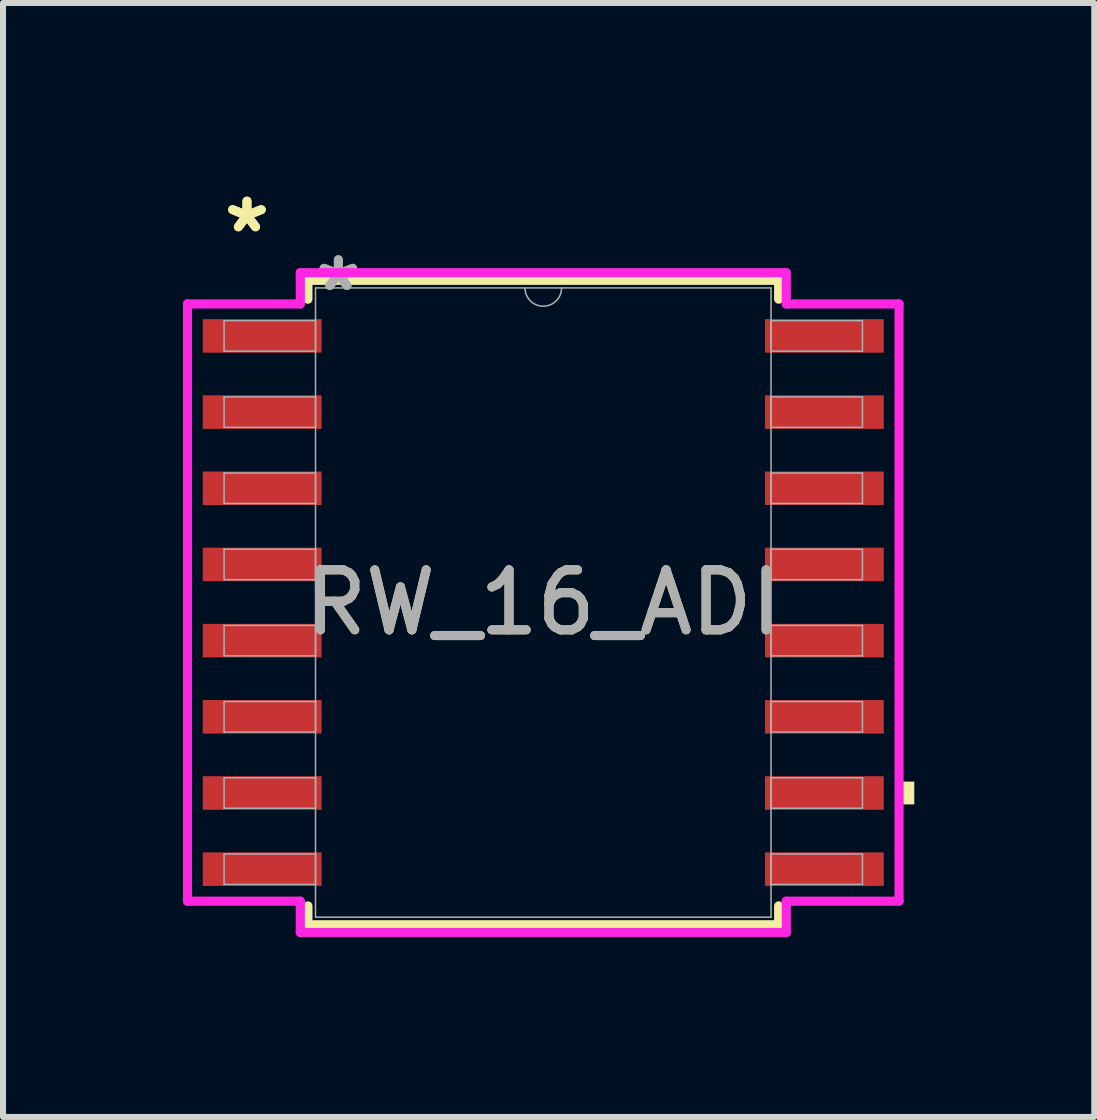
<source format=kicad_pcb>
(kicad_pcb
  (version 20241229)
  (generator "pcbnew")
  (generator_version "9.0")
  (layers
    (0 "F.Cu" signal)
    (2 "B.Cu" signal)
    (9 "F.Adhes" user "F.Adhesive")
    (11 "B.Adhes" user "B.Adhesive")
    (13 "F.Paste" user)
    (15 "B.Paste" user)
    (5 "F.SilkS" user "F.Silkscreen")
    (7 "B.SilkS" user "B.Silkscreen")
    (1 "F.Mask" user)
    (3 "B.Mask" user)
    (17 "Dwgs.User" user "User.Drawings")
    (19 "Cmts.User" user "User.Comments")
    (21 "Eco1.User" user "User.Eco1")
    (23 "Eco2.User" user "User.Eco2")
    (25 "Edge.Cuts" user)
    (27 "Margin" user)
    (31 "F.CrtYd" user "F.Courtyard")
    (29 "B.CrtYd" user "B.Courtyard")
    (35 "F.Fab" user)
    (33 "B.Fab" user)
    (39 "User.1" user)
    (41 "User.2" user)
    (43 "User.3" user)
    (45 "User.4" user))
  (footprint "RW_16_ADI"
    (layer "F.Cu")
    (at 6.007 6.995)
    (property "Reference" "RW_16_ADI" (at 0 0 0) (unlocked yes) (layer "F.SilkS") (effects (font (size 1 1) (thickness 0.15))))
    (attr smd)
    (fp_line (start -3.924 -5.372) (end -3.924 -5.057) (stroke (width 0.152) (type solid)) (layer "F.SilkS"))
    (fp_line (start -3.924 5.057) (end -3.924 5.372) (stroke (width 0.152) (type solid)) (layer "F.SilkS"))
    (fp_line (start -3.924 5.372) (end 3.924 5.372) (stroke (width 0.152) (type solid)) (layer "F.SilkS"))
    (fp_line (start 3.924 -5.372) (end -3.924 -5.372) (stroke (width 0.152) (type solid)) (layer "F.SilkS"))
    (fp_line (start 3.924 -5.057) (end 3.924 -5.372) (stroke (width 0.152) (type solid)) (layer "F.SilkS"))
    (fp_line (start 3.924 5.372) (end 3.924 5.057) (stroke (width 0.152) (type solid)) (layer "F.SilkS"))
    (fp_poly (pts (xy 6.185 2.985) (xy 6.185 3.365) (xy 5.931 3.365) (xy 5.931 2.985)) (stroke (width 0) (type solid)) (fill yes) (layer "F.SilkS"))
    (fp_line (start -5.931 -4.978) (end -4.051 -4.978) (stroke (width 0.152) (type solid)) (layer "F.CrtYd"))
    (fp_line (start -5.931 4.978) (end -5.931 -4.978) (stroke (width 0.152) (type solid)) (layer "F.CrtYd"))
    (fp_line (start -5.931 4.978) (end -4.051 4.978) (stroke (width 0.152) (type solid)) (layer "F.CrtYd"))
    (fp_line (start -4.051 -5.499) (end 4.051 -5.499) (stroke (width 0.152) (type solid)) (layer "F.CrtYd"))
    (fp_line (start -4.051 -4.978) (end -4.051 -5.499) (stroke (width 0.152) (type solid)) (layer "F.CrtYd"))
    (fp_line (start -4.051 5.499) (end -4.051 4.978) (stroke (width 0.152) (type solid)) (layer "F.CrtYd"))
    (fp_line (start 4.051 -5.499) (end 4.051 -4.978) (stroke (width 0.152) (type solid)) (layer "F.CrtYd"))
    (fp_line (start 4.051 4.978) (end 4.051 5.499) (stroke (width 0.152) (type solid)) (layer "F.CrtYd"))
    (fp_line (start 4.051 5.499) (end -4.051 5.499) (stroke (width 0.152) (type solid)) (layer "F.CrtYd"))
    (fp_line (start 5.931 -4.978) (end 4.051 -4.978) (stroke (width 0.152) (type solid)) (layer "F.CrtYd"))
    (fp_line (start 5.931 -4.978) (end 5.931 4.978) (stroke (width 0.152) (type solid)) (layer "F.CrtYd"))
    (fp_line (start 5.931 4.978) (end 4.051 4.978) (stroke (width 0.152) (type solid)) (layer "F.CrtYd"))
    (fp_line (start -5.321 -4.699) (end -5.321 -4.191) (stroke (width 0.025) (type solid)) (layer "F.Fab"))
    (fp_line (start -5.321 -4.191) (end -3.797 -4.191) (stroke (width 0.025) (type solid)) (layer "F.Fab"))
    (fp_line (start -5.321 -3.429) (end -5.321 -2.921) (stroke (width 0.025) (type solid)) (layer "F.Fab"))
    (fp_line (start -5.321 -2.921) (end -3.797 -2.921) (stroke (width 0.025) (type solid)) (layer "F.Fab"))
    (fp_line (start -5.321 -2.159) (end -5.321 -1.651) (stroke (width 0.025) (type solid)) (layer "F.Fab"))
    (fp_line (start -5.321 -1.651) (end -3.797 -1.651) (stroke (width 0.025) (type solid)) (layer "F.Fab"))
    (fp_line (start -5.321 -0.889) (end -5.321 -0.381) (stroke (width 0.025) (type solid)) (layer "F.Fab"))
    (fp_line (start -5.321 -0.381) (end -3.797 -0.381) (stroke (width 0.025) (type solid)) (layer "F.Fab"))
    (fp_line (start -5.321 0.381) (end -5.321 0.889) (stroke (width 0.025) (type solid)) (layer "F.Fab"))
    (fp_line (start -5.321 0.889) (end -3.797 0.889) (stroke (width 0.025) (type solid)) (layer "F.Fab"))
    (fp_line (start -5.321 1.651) (end -5.321 2.159) (stroke (width 0.025) (type solid)) (layer "F.Fab"))
    (fp_line (start -5.321 2.159) (end -3.797 2.159) (stroke (width 0.025) (type solid)) (layer "F.Fab"))
    (fp_line (start -5.321 2.921) (end -5.321 3.429) (stroke (width 0.025) (type solid)) (layer "F.Fab"))
    (fp_line (start -5.321 3.429) (end -3.797 3.429) (stroke (width 0.025) (type solid)) (layer "F.Fab"))
    (fp_line (start -5.321 4.191) (end -5.321 4.699) (stroke (width 0.025) (type solid)) (layer "F.Fab"))
    (fp_line (start -5.321 4.699) (end -3.797 4.699) (stroke (width 0.025) (type solid)) (layer "F.Fab"))
    (fp_line (start -3.797 -5.245) (end -3.797 5.245) (stroke (width 0.025) (type solid)) (layer "F.Fab"))
    (fp_line (start -3.797 -4.699) (end -5.321 -4.699) (stroke (width 0.025) (type solid)) (layer "F.Fab"))
    (fp_line (start -3.797 -4.191) (end -3.797 -4.699) (stroke (width 0.025) (type solid)) (layer "F.Fab"))
    (fp_line (start -3.797 -3.429) (end -5.321 -3.429) (stroke (width 0.025) (type solid)) (layer "F.Fab"))
    (fp_line (start -3.797 -2.921) (end -3.797 -3.429) (stroke (width 0.025) (type solid)) (layer "F.Fab"))
    (fp_line (start -3.797 -2.159) (end -5.321 -2.159) (stroke (width 0.025) (type solid)) (layer "F.Fab"))
    (fp_line (start -3.797 -1.651) (end -3.797 -2.159) (stroke (width 0.025) (type solid)) (layer "F.Fab"))
    (fp_line (start -3.797 -0.889) (end -5.321 -0.889) (stroke (width 0.025) (type solid)) (layer "F.Fab"))
    (fp_line (start -3.797 -0.381) (end -3.797 -0.889) (stroke (width 0.025) (type solid)) (layer "F.Fab"))
    (fp_line (start -3.797 0.381) (end -5.321 0.381) (stroke (width 0.025) (type solid)) (layer "F.Fab"))
    (fp_line (start -3.797 0.889) (end -3.797 0.381) (stroke (width 0.025) (type solid)) (layer "F.Fab"))
    (fp_line (start -3.797 1.651) (end -5.321 1.651) (stroke (width 0.025) (type solid)) (layer "F.Fab"))
    (fp_line (start -3.797 2.159) (end -3.797 1.651) (stroke (width 0.025) (type solid)) (layer "F.Fab"))
    (fp_line (start -3.797 2.921) (end -5.321 2.921) (stroke (width 0.025) (type solid)) (layer "F.Fab"))
    (fp_line (start -3.797 3.429) (end -3.797 2.921) (stroke (width 0.025) (type solid)) (layer "F.Fab"))
    (fp_line (start -3.797 4.191) (end -5.321 4.191) (stroke (width 0.025) (type solid)) (layer "F.Fab"))
    (fp_line (start -3.797 4.699) (end -3.797 4.191) (stroke (width 0.025) (type solid)) (layer "F.Fab"))
    (fp_line (start -3.797 5.245) (end 3.797 5.245) (stroke (width 0.025) (type solid)) (layer "F.Fab"))
    (fp_line (start 3.797 -5.245) (end -3.797 -5.245) (stroke (width 0.025) (type solid)) (layer "F.Fab"))
    (fp_line (start 3.797 -4.699) (end 3.797 -4.191) (stroke (width 0.025) (type solid)) (layer "F.Fab"))
    (fp_line (start 3.797 -4.191) (end 5.321 -4.191) (stroke (width 0.025) (type solid)) (layer "F.Fab"))
    (fp_line (start 3.797 -3.429) (end 3.797 -2.921) (stroke (width 0.025) (type solid)) (layer "F.Fab"))
    (fp_line (start 3.797 -2.921) (end 5.321 -2.921) (stroke (width 0.025) (type solid)) (layer "F.Fab"))
    (fp_line (start 3.797 -2.159) (end 3.797 -1.651) (stroke (width 0.025) (type solid)) (layer "F.Fab"))
    (fp_line (start 3.797 -1.651) (end 5.321 -1.651) (stroke (width 0.025) (type solid)) (layer "F.Fab"))
    (fp_line (start 3.797 -0.889) (end 3.797 -0.381) (stroke (width 0.025) (type solid)) (layer "F.Fab"))
    (fp_line (start 3.797 -0.381) (end 5.321 -0.381) (stroke (width 0.025) (type solid)) (layer "F.Fab"))
    (fp_line (start 3.797 0.381) (end 3.797 0.889) (stroke (width 0.025) (type solid)) (layer "F.Fab"))
    (fp_line (start 3.797 0.889) (end 5.321 0.889) (stroke (width 0.025) (type solid)) (layer "F.Fab"))
    (fp_line (start 3.797 1.651) (end 3.797 2.159) (stroke (width 0.025) (type solid)) (layer "F.Fab"))
    (fp_line (start 3.797 2.159) (end 5.321 2.159) (stroke (width 0.025) (type solid)) (layer "F.Fab"))
    (fp_line (start 3.797 2.921) (end 3.797 3.429) (stroke (width 0.025) (type solid)) (layer "F.Fab"))
    (fp_line (start 3.797 3.429) (end 5.321 3.429) (stroke (width 0.025) (type solid)) (layer "F.Fab"))
    (fp_line (start 3.797 4.191) (end 3.797 4.699) (stroke (width 0.025) (type solid)) (layer "F.Fab"))
    (fp_line (start 3.797 4.699) (end 5.321 4.699) (stroke (width 0.025) (type solid)) (layer "F.Fab"))
    (fp_line (start 3.797 5.245) (end 3.797 -5.245) (stroke (width 0.025) (type solid)) (layer "F.Fab"))
    (fp_line (start 5.321 -4.699) (end 3.797 -4.699) (stroke (width 0.025) (type solid)) (layer "F.Fab"))
    (fp_line (start 5.321 -4.191) (end 5.321 -4.699) (stroke (width 0.025) (type solid)) (layer "F.Fab"))
    (fp_line (start 5.321 -3.429) (end 3.797 -3.429) (stroke (width 0.025) (type solid)) (layer "F.Fab"))
    (fp_line (start 5.321 -2.921) (end 5.321 -3.429) (stroke (width 0.025) (type solid)) (layer "F.Fab"))
    (fp_line (start 5.321 -2.159) (end 3.797 -2.159) (stroke (width 0.025) (type solid)) (layer "F.Fab"))
    (fp_line (start 5.321 -1.651) (end 5.321 -2.159) (stroke (width 0.025) (type solid)) (layer "F.Fab"))
    (fp_line (start 5.321 -0.889) (end 3.797 -0.889) (stroke (width 0.025) (type solid)) (layer "F.Fab"))
    (fp_line (start 5.321 -0.381) (end 5.321 -0.889) (stroke (width 0.025) (type solid)) (layer "F.Fab"))
    (fp_line (start 5.321 0.381) (end 3.797 0.381) (stroke (width 0.025) (type solid)) (layer "F.Fab"))
    (fp_line (start 5.321 0.889) (end 5.321 0.381) (stroke (width 0.025) (type solid)) (layer "F.Fab"))
    (fp_line (start 5.321 1.651) (end 3.797 1.651) (stroke (width 0.025) (type solid)) (layer "F.Fab"))
    (fp_line (start 5.321 2.159) (end 5.321 1.651) (stroke (width 0.025) (type solid)) (layer "F.Fab"))
    (fp_line (start 5.321 2.921) (end 3.797 2.921) (stroke (width 0.025) (type solid)) (layer "F.Fab"))
    (fp_line (start 5.321 3.429) (end 5.321 2.921) (stroke (width 0.025) (type solid)) (layer "F.Fab"))
    (fp_line (start 5.321 4.191) (end 3.797 4.191) (stroke (width 0.025) (type solid)) (layer "F.Fab"))
    (fp_line (start 5.321 4.699) (end 5.321 4.191) (stroke (width 0.025) (type solid)) (layer "F.Fab"))
    (fp_arc (start 0.3048 -5.2451) (mid 0 -4.9403) (end -0.3048 -5.2451) (stroke (width 0.0254) (type solid)) (layer "F.Fab"))
    (fp_text user "*" (at -4.94 -6.147 0) (unlocked yes) (layer "F.SilkS") (effects (font (size 1 1) (thickness 0.15))))
    (fp_text user "*" (at -4.94 -6.147 0) (layer "F.SilkS") (effects (font (size 1 1) (thickness 0.15))))
    (fp_text user "*" (at -3.416 -5.169 0) (unlocked yes) (layer "F.Fab") (effects (font (size 1 1) (thickness 0.15))))
    (fp_text user "${REFERENCE}" (at 0 0 0) (unlocked yes) (layer "F.Fab") (effects (font (size 1 1) (thickness 0.15))))
    (fp_text user "*" (at -3.416 -5.169 0) (layer "F.Fab") (effects (font (size 1 1) (thickness 0.15))))
    (pad "1" smd rect (at -4.686 -4.445) (size 1.981 0.559) (layers "F.Cu" "F.Mask" "F.Paste"))
    (pad "2" smd rect (at -4.686 -3.175) (size 1.981 0.559) (layers "F.Cu" "F.Mask" "F.Paste"))
    (pad "3" smd rect (at -4.686 -1.905) (size 1.981 0.559) (layers "F.Cu" "F.Mask" "F.Paste"))
    (pad "4" smd rect (at -4.686 -0.635) (size 1.981 0.559) (layers "F.Cu" "F.Mask" "F.Paste"))
    (pad "5" smd rect (at -4.686 0.635) (size 1.981 0.559) (layers "F.Cu" "F.Mask" "F.Paste"))
    (pad "6" smd rect (at -4.686 1.905) (size 1.981 0.559) (layers "F.Cu" "F.Mask" "F.Paste"))
    (pad "7" smd rect (at -4.686 3.175) (size 1.981 0.559) (layers "F.Cu" "F.Mask" "F.Paste"))
    (pad "8" smd rect (at -4.686 4.445) (size 1.981 0.559) (layers "F.Cu" "F.Mask" "F.Paste"))
    (pad "9" smd rect (at 4.686 4.445) (size 1.981 0.559) (layers "F.Cu" "F.Mask" "F.Paste"))
    (pad "10" smd rect (at 4.686 3.175) (size 1.981 0.559) (layers "F.Cu" "F.Mask" "F.Paste"))
    (pad "11" smd rect (at 4.686 1.905) (size 1.981 0.559) (layers "F.Cu" "F.Mask" "F.Paste"))
    (pad "12" smd rect (at 4.686 0.635) (size 1.981 0.559) (layers "F.Cu" "F.Mask" "F.Paste"))
    (pad "13" smd rect (at 4.686 -0.635) (size 1.981 0.559) (layers "F.Cu" "F.Mask" "F.Paste"))
    (pad "14" smd rect (at 4.686 -1.905) (size 1.981 0.559) (layers "F.Cu" "F.Mask" "F.Paste"))
    (pad "15" smd rect (at 4.686 -3.175) (size 1.981 0.559) (layers "F.Cu" "F.Mask" "F.Paste"))
    (pad "16" smd rect (at 4.686 -4.445) (size 1.981 0.559) (layers "F.Cu" "F.Mask" "F.Paste")))
  (gr_rect
    (start -3 -3)
    (end 15.192 15.57)
    (stroke (width 0.1) (type default))
    (fill no)
    (layer "Edge.Cuts")))
</source>
